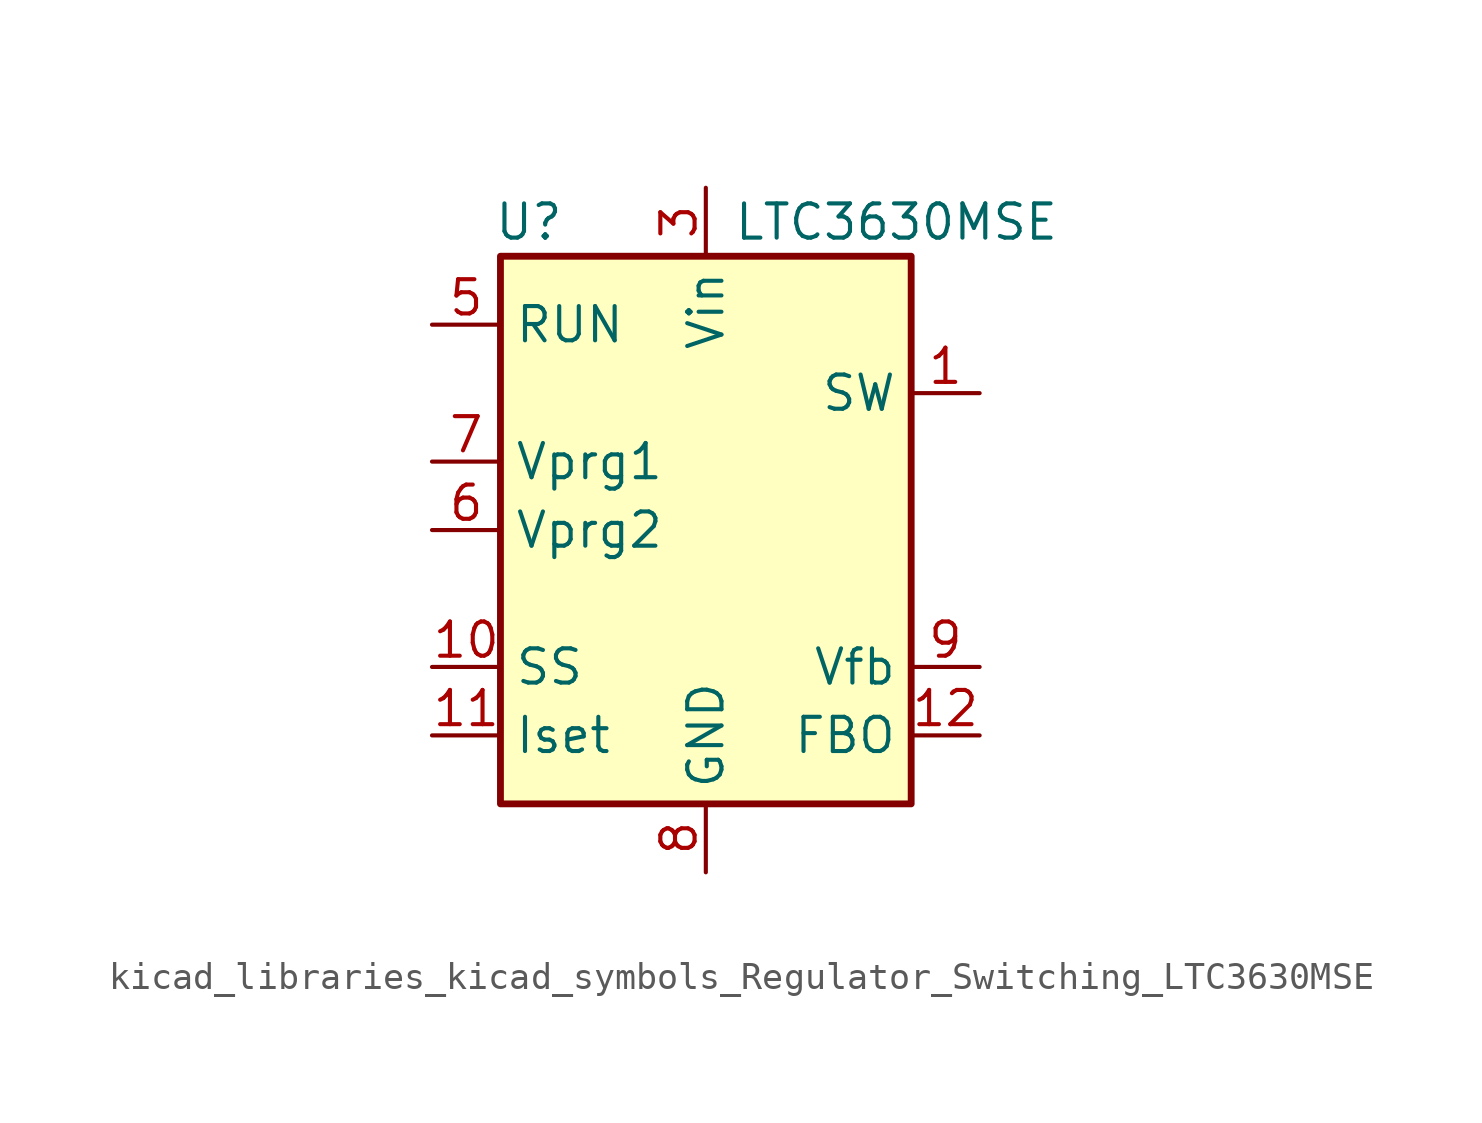
<source format=kicad_sym>
(kicad_symbol_lib
  (version 20220914)
  (generator kicad_symbol_editor)
  (symbol "kicad_libraries_kicad_symbols_Regulator_Switching_LTC3630MSE"
    (property "Reference" "U"
      (at -7.874 11.43 0)
      (effects (font (size 1.27 1.27)) (justify left)))
    (property "Value" "LTC3630MSE"
      (at 1.016 11.43 0)
      (effects (font (size 1.27 1.27)) (justify left)))
    (symbol "kicad_libraries_kicad_symbols_Regulator_Switching_LTC3630MSE_0_1"
      (rectangle (start -7.62 10.16) (end 7.62 -10.16) (stroke (width 0.254) (type default)) (fill (type background))))
    (symbol "kicad_libraries_kicad_symbols_Regulator_Switching_LTC3630MSE_1_1"
      (pin passive line (at 10.16 5.08 180) (length 2.54) (name "SW" (effects (font (size 1.27 1.27)))) (number "1" (effects (font (size 1.27 1.27)))))
      (pin passive line (at -10.16 -5.08 0) (length 2.54) (name "SS" (effects (font (size 1.27 1.27)))) (number "10" (effects (font (size 1.27 1.27)))))
      (pin passive line (at -10.16 -7.62 0) (length 2.54) (name "Iset" (effects (font (size 1.27 1.27)))) (number "11" (effects (font (size 1.27 1.27)))))
      (pin output line (at 10.16 -7.62 180) (length 2.54) (name "FBO" (effects (font (size 1.27 1.27)))) (number "12" (effects (font (size 1.27 1.27)))))
      (pin passive line (at 0 -12.7 90) (length 2.54) hide (name "GND" (effects (font (size 1.27 1.27)))) (number "14" (effects (font (size 1.27 1.27)))))
      (pin passive line (at 0 -12.7 90) (length 2.54) hide (name "GND" (effects (font (size 1.27 1.27)))) (number "16" (effects (font (size 1.27 1.27)))))
      (pin passive line (at 0 -12.7 90) (length 2.54) hide (name "GND" (effects (font (size 1.27 1.27)))) (number "17" (effects (font (size 1.27 1.27)))))
      (pin power_in line (at 0 12.7 270) (length 2.54) (name "Vin" (effects (font (size 1.27 1.27)))) (number "3" (effects (font (size 1.27 1.27)))))
      (pin input line (at -10.16 7.62 0) (length 2.54) (name "RUN" (effects (font (size 1.27 1.27)))) (number "5" (effects (font (size 1.27 1.27)))))
      (pin input line (at -10.16 0 0) (length 2.54) (name "Vprg2" (effects (font (size 1.27 1.27)))) (number "6" (effects (font (size 1.27 1.27)))))
      (pin input line (at -10.16 2.54 0) (length 2.54) (name "Vprg1" (effects (font (size 1.27 1.27)))) (number "7" (effects (font (size 1.27 1.27)))))
      (pin power_in line (at 0 -12.7 90) (length 2.54) (name "GND" (effects (font (size 1.27 1.27)))) (number "8" (effects (font (size 1.27 1.27)))))
      (pin input line (at 10.16 -5.08 180) (length 2.54) (name "Vfb" (effects (font (size 1.27 1.27)))) (number "9" (effects (font (size 1.27 1.27))))))))
</source>
